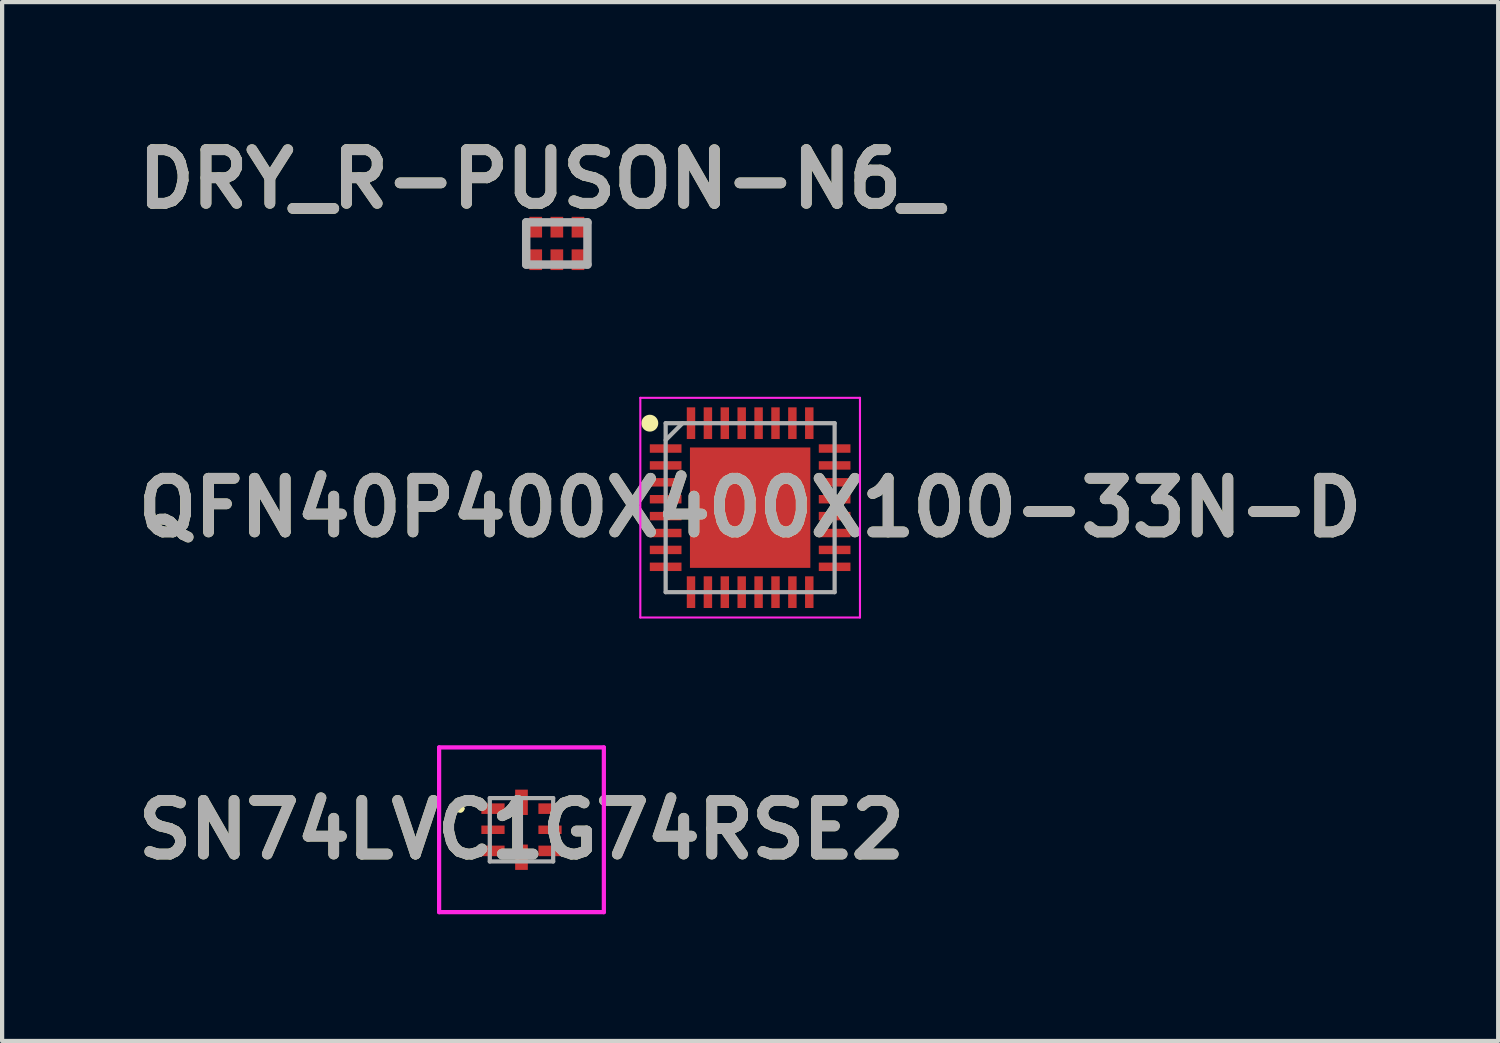
<source format=kicad_pcb>
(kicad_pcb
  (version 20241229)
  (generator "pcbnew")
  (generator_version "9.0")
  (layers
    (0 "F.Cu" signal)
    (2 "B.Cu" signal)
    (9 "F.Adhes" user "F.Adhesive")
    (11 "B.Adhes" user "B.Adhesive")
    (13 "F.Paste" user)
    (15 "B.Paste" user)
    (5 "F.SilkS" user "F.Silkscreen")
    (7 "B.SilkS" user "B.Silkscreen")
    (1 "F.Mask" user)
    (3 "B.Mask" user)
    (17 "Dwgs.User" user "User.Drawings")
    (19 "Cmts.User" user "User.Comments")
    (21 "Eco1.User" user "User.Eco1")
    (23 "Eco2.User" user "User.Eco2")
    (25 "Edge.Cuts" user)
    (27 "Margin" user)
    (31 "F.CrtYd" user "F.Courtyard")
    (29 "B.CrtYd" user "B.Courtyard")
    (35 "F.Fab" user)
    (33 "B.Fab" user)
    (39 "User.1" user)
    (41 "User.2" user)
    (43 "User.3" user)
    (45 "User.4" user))
  (footprint "SN74LVC1G74RSE2"
    (layer "F.Cu")
    (at 9.295 16.593)
    (property "Reference" "SN74LVC1G74RSE2" (at 0 0 0) (layer "F.SilkS") (effects (font (size 1.27 1.27) (thickness 0.254))))
    (attr smd)
    (fp_line (start -1.5 -0.5) (end -1.5 -0.5) (stroke (width 0.1) (type solid)) (layer "F.SilkS"))
    (fp_line (start -1.4 -0.5) (end -1.4 -0.5) (stroke (width 0.1) (type solid)) (layer "F.SilkS"))
    (fp_arc (start -1.5 -0.5) (mid -1.45 -0.55) (end -1.4 -0.5) (stroke (width 0.1) (type solid)) (layer "F.SilkS"))
    (fp_arc (start -1.4 -0.5) (mid -1.45 -0.45) (end -1.5 -0.5) (stroke (width 0.1) (type solid)) (layer "F.SilkS"))
    (fp_line (start -1.95 -1.95) (end 1.95 -1.95) (stroke (width 0.1) (type solid)) (layer "F.CrtYd"))
    (fp_line (start -1.95 1.95) (end -1.95 -1.95) (stroke (width 0.1) (type solid)) (layer "F.CrtYd"))
    (fp_line (start 1.95 -1.95) (end 1.95 1.95) (stroke (width 0.1) (type solid)) (layer "F.CrtYd"))
    (fp_line (start 1.95 1.95) (end -1.95 1.95) (stroke (width 0.1) (type solid)) (layer "F.CrtYd"))
    (fp_line (start -0.75 -0.75) (end 0.75 -0.75) (stroke (width 0.1) (type solid)) (layer "F.Fab"))
    (fp_line (start -0.75 0.75) (end -0.75 -0.75) (stroke (width 0.1) (type solid)) (layer "F.Fab"))
    (fp_line (start 0.75 -0.75) (end 0.75 0.75) (stroke (width 0.1) (type solid)) (layer "F.Fab"))
    (fp_line (start 0.75 0.75) (end -0.75 0.75) (stroke (width 0.1) (type solid)) (layer "F.Fab"))
    (fp_text user "${REFERENCE}" (at 0 0 0) (layer "F.Fab") (effects (font (size 1.27 1.27) (thickness 0.254))))
    (pad "1" smd rect (at -0.675 -0.5 90) (size 0.25 0.55) (layers "F.Cu" "F.Mask" "F.Paste"))
    (pad "2" smd rect (at -0.675 0 90) (size 0.2 0.55) (layers "F.Cu" "F.Mask" "F.Paste"))
    (pad "3" smd rect (at -0.675 0.5 90) (size 0.25 0.55) (layers "F.Cu" "F.Mask" "F.Paste"))
    (pad "4" smd rect (at 0 0.65) (size 0.3 0.6) (layers "F.Cu" "F.Mask" "F.Paste"))
    (pad "5" smd rect (at 0.675 0.5 90) (size 0.25 0.55) (layers "F.Cu" "F.Mask" "F.Paste"))
    (pad "6" smd rect (at 0.675 0 90) (size 0.2 0.55) (layers "F.Cu" "F.Mask" "F.Paste"))
    (pad "7" smd rect (at 0.675 -0.5 90) (size 0.25 0.55) (layers "F.Cu" "F.Mask" "F.Paste"))
    (pad "8" smd rect (at 0 -0.65) (size 0.3 0.6) (layers "F.Cu" "F.Mask" "F.Paste")))
  (footprint "QFN40P400X400X100-33N-D"
    (layer "F.Cu")
    (at 14.708 8.968)
    (property "Reference" "QFN40P400X400X100-33N-D" (at 0 0 0) (layer "F.SilkS") (effects (font (size 1.27 1.27) (thickness 0.254))))
    (attr smd)
    (fp_circle (center -2.375 -2) (end -2.375 -1.9) (stroke (width 0.2) (type solid)) (fill no) (layer "F.SilkS"))
    (fp_line (start -2.6 -2.6) (end 2.6 -2.6) (stroke (width 0.05) (type solid)) (layer "F.CrtYd"))
    (fp_line (start -2.6 2.6) (end -2.6 -2.6) (stroke (width 0.05) (type solid)) (layer "F.CrtYd"))
    (fp_line (start 2.6 -2.6) (end 2.6 2.6) (stroke (width 0.05) (type solid)) (layer "F.CrtYd"))
    (fp_line (start 2.6 2.6) (end -2.6 2.6) (stroke (width 0.05) (type solid)) (layer "F.CrtYd"))
    (fp_line (start -2 -2) (end 2 -2) (stroke (width 0.1) (type solid)) (layer "F.Fab"))
    (fp_line (start -2 -1.6) (end -1.6 -2) (stroke (width 0.1) (type solid)) (layer "F.Fab"))
    (fp_line (start -2 2) (end -2 -2) (stroke (width 0.1) (type solid)) (layer "F.Fab"))
    (fp_line (start 2 -2) (end 2 2) (stroke (width 0.1) (type solid)) (layer "F.Fab"))
    (fp_line (start 2 2) (end -2 2) (stroke (width 0.1) (type solid)) (layer "F.Fab"))
    (fp_text user "${REFERENCE}" (at 0 0 0) (layer "F.Fab") (effects (font (size 1.27 1.27) (thickness 0.254))))
    (pad "1" smd rect (at -2 -1.4 90) (size 0.2 0.75) (layers "F.Cu" "F.Mask" "F.Paste"))
    (pad "2" smd rect (at -2 -1 90) (size 0.2 0.75) (layers "F.Cu" "F.Mask" "F.Paste"))
    (pad "3" smd rect (at -2 -0.6 90) (size 0.2 0.75) (layers "F.Cu" "F.Mask" "F.Paste"))
    (pad "4" smd rect (at -2 -0.2 90) (size 0.2 0.75) (layers "F.Cu" "F.Mask" "F.Paste"))
    (pad "5" smd rect (at -2 0.2 90) (size 0.2 0.75) (layers "F.Cu" "F.Mask" "F.Paste"))
    (pad "6" smd rect (at -2 0.6 90) (size 0.2 0.75) (layers "F.Cu" "F.Mask" "F.Paste"))
    (pad "7" smd rect (at -2 1 90) (size 0.2 0.75) (layers "F.Cu" "F.Mask" "F.Paste"))
    (pad "8" smd rect (at -2 1.4 90) (size 0.2 0.75) (layers "F.Cu" "F.Mask" "F.Paste"))
    (pad "9" smd rect (at -1.4 2) (size 0.2 0.75) (layers "F.Cu" "F.Mask" "F.Paste"))
    (pad "10" smd rect (at -1 2) (size 0.2 0.75) (layers "F.Cu" "F.Mask" "F.Paste"))
    (pad "11" smd rect (at -0.6 2) (size 0.2 0.75) (layers "F.Cu" "F.Mask" "F.Paste"))
    (pad "12" smd rect (at -0.2 2) (size 0.2 0.75) (layers "F.Cu" "F.Mask" "F.Paste"))
    (pad "13" smd rect (at 0.2 2) (size 0.2 0.75) (layers "F.Cu" "F.Mask" "F.Paste"))
    (pad "14" smd rect (at 0.6 2) (size 0.2 0.75) (layers "F.Cu" "F.Mask" "F.Paste"))
    (pad "15" smd rect (at 1 2) (size 0.2 0.75) (layers "F.Cu" "F.Mask" "F.Paste"))
    (pad "16" smd rect (at 1.4 2) (size 0.2 0.75) (layers "F.Cu" "F.Mask" "F.Paste"))
    (pad "17" smd rect (at 2 1.4 90) (size 0.2 0.75) (layers "F.Cu" "F.Mask" "F.Paste"))
    (pad "18" smd rect (at 2 1 90) (size 0.2 0.75) (layers "F.Cu" "F.Mask" "F.Paste"))
    (pad "19" smd rect (at 2 0.6 90) (size 0.2 0.75) (layers "F.Cu" "F.Mask" "F.Paste"))
    (pad "20" smd rect (at 2 0.2 90) (size 0.2 0.75) (layers "F.Cu" "F.Mask" "F.Paste"))
    (pad "21" smd rect (at 2 -0.2 90) (size 0.2 0.75) (layers "F.Cu" "F.Mask" "F.Paste"))
    (pad "22" smd rect (at 2 -0.6 90) (size 0.2 0.75) (layers "F.Cu" "F.Mask" "F.Paste"))
    (pad "23" smd rect (at 2 -1 90) (size 0.2 0.75) (layers "F.Cu" "F.Mask" "F.Paste"))
    (pad "24" smd rect (at 2 -1.4 90) (size 0.2 0.75) (layers "F.Cu" "F.Mask" "F.Paste"))
    (pad "25" smd rect (at 1.4 -2) (size 0.2 0.75) (layers "F.Cu" "F.Mask" "F.Paste"))
    (pad "26" smd rect (at 1 -2) (size 0.2 0.75) (layers "F.Cu" "F.Mask" "F.Paste"))
    (pad "27" smd rect (at 0.6 -2) (size 0.2 0.75) (layers "F.Cu" "F.Mask" "F.Paste"))
    (pad "28" smd rect (at 0.2 -2) (size 0.2 0.75) (layers "F.Cu" "F.Mask" "F.Paste"))
    (pad "29" smd rect (at -0.2 -2) (size 0.2 0.75) (layers "F.Cu" "F.Mask" "F.Paste"))
    (pad "30" smd rect (at -0.6 -2) (size 0.2 0.75) (layers "F.Cu" "F.Mask" "F.Paste"))
    (pad "31" smd rect (at -1 -2) (size 0.2 0.75) (layers "F.Cu" "F.Mask" "F.Paste"))
    (pad "32" smd rect (at -1.4 -2) (size 0.2 0.75) (layers "F.Cu" "F.Mask" "F.Paste"))
    (pad "33" smd rect (at 0 0) (size 2.85 2.85) (layers "F.Cu" "F.Mask" "F.Paste")))
  (footprint "DRY_R-PUSON-N6_"
    (layer "F.Cu")
    (at 10.132 2.713)
    (property "Reference" "DRY_R-PUSON-N6_" (at -0.383 -1.524 0) (layer "F.SilkS") (effects (font (size 1.27 1.27) (thickness 0.254))))
    (attr smd)
    (fp_line (start -0.725 -0.5) (end 0.725 -0.5) (stroke (width 0.2) (type solid)) (layer "F.Fab"))
    (fp_line (start -0.725 0.5) (end -0.725 -0.5) (stroke (width 0.2) (type solid)) (layer "F.Fab"))
    (fp_line (start 0.725 -0.5) (end 0.725 0.5) (stroke (width 0.2) (type solid)) (layer "F.Fab"))
    (fp_line (start 0.725 0.5) (end -0.725 0.5) (stroke (width 0.2) (type solid)) (layer "F.Fab"))
    (fp_text user "${REFERENCE}" (at -0.383 -1.524 0) (layer "F.Fab") (effects (font (size 1.27 1.27) (thickness 0.254))))
    (pad "1" smd rect (at -0.5 0.385) (size 0.3 0.49) (layers "F.Cu" "F.Mask" "F.Paste"))
    (pad "2" smd rect (at 0 0.385) (size 0.3 0.49) (layers "F.Cu" "F.Mask" "F.Paste"))
    (pad "3" smd rect (at 0.5 0.385) (size 0.3 0.49) (layers "F.Cu" "F.Mask" "F.Paste"))
    (pad "4" smd rect (at 0.5 -0.385) (size 0.3 0.49) (layers "F.Cu" "F.Mask" "F.Paste"))
    (pad "5" smd rect (at 0 -0.385) (size 0.3 0.49) (layers "F.Cu" "F.Mask" "F.Paste"))
    (pad "6" smd rect (at -0.5 -0.385) (size 0.3 0.49) (layers "F.Cu" "F.Mask" "F.Paste")))
  (gr_rect
    (start -3 -3)
    (end 32.416 21.593)
    (stroke (width 0.1) (type default))
    (fill no)
    (layer "Edge.Cuts")))
</source>
